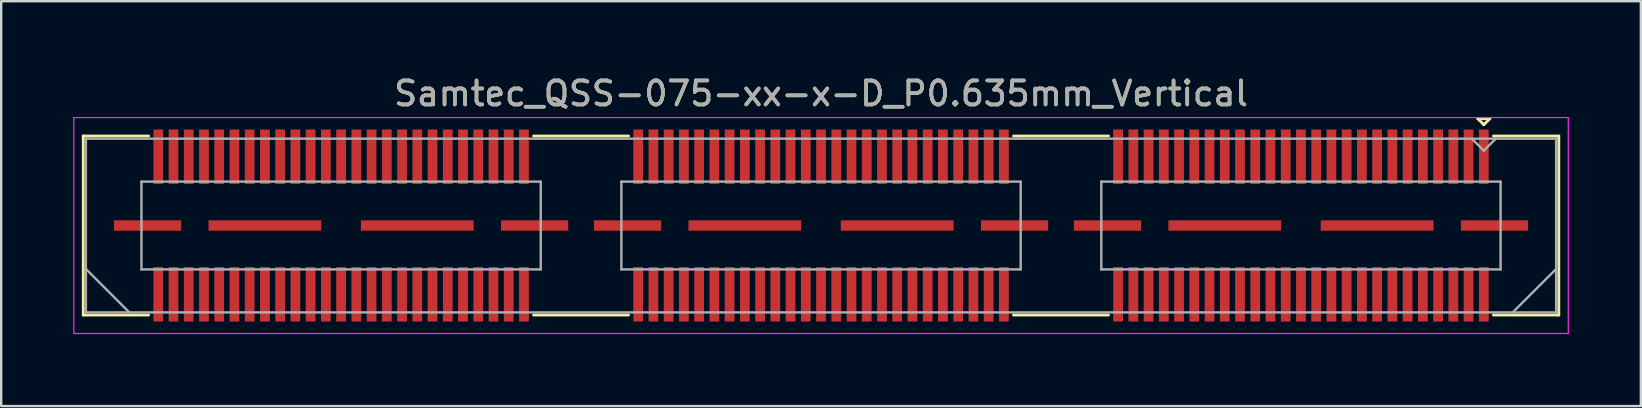
<source format=kicad_pcb>
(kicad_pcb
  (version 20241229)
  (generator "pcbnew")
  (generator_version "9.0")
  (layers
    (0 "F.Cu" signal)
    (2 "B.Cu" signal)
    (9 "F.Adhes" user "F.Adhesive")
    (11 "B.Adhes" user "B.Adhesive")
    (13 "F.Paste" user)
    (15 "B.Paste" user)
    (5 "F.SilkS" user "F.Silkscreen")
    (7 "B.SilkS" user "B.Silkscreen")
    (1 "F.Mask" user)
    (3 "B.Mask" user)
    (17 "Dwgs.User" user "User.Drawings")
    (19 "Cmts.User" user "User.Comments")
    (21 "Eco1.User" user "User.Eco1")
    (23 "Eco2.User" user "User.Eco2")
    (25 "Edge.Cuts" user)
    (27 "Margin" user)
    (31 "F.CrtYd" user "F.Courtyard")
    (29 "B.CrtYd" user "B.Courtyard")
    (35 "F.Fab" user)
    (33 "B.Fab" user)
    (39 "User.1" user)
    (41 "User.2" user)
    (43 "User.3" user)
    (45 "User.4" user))
  (footprint "Samtec_QSS-075-xx-x-D_P0.635mm_Vertical"
    (layer "F.Cu")
    (at 31.165 6.348)
    (property "Reference" "Samtec_QSS-075-xx-x-D_P0.635mm_Vertical" (at 0 -5.5 0) (layer "F.SilkS") (effects (font (size 1 1) (thickness 0.15))))
    (attr smd)
    (fp_line (start -30.745 -3.73) (end -28.023 -3.73) (stroke (width 0.12) (type solid)) (layer "F.SilkS"))
    (fp_line (start -30.745 3.73) (end -30.745 -3.73) (stroke (width 0.12) (type solid)) (layer "F.SilkS"))
    (fp_line (start -28.023 3.73) (end -30.745 3.73) (stroke (width 0.12) (type solid)) (layer "F.SilkS"))
    (fp_line (start -8.023 -3.73) (end -11.977 -3.73) (stroke (width 0.12) (type solid)) (layer "F.SilkS"))
    (fp_line (start -8.023 3.73) (end -11.977 3.73) (stroke (width 0.12) (type solid)) (layer "F.SilkS"))
    (fp_line (start 11.977 -3.73) (end 8.023 -3.73) (stroke (width 0.12) (type solid)) (layer "F.SilkS"))
    (fp_line (start 11.977 3.73) (end 8.023 3.73) (stroke (width 0.12) (type solid)) (layer "F.SilkS"))
    (fp_line (start 27.37 -4.452) (end 27.87 -4.452) (stroke (width 0.12) (type solid)) (layer "F.SilkS"))
    (fp_line (start 27.62 -4.202) (end 27.37 -4.452) (stroke (width 0.12) (type solid)) (layer "F.SilkS"))
    (fp_line (start 27.87 -4.452) (end 27.62 -4.202) (stroke (width 0.12) (type solid)) (layer "F.SilkS"))
    (fp_line (start 28.023 3.73) (end 30.745 3.73) (stroke (width 0.12) (type solid)) (layer "F.SilkS"))
    (fp_line (start 30.745 -3.73) (end 28.023 -3.73) (stroke (width 0.12) (type solid)) (layer "F.SilkS"))
    (fp_line (start 30.745 3.73) (end 30.745 -3.73) (stroke (width 0.12) (type solid)) (layer "F.SilkS"))
    (fp_line (start -31.14 -4.5) (end -31.14 4.5) (stroke (width 0.05) (type solid)) (layer "F.CrtYd"))
    (fp_line (start -31.14 4.5) (end 31.14 4.5) (stroke (width 0.05) (type solid)) (layer "F.CrtYd"))
    (fp_line (start 31.14 -4.5) (end -31.14 -4.5) (stroke (width 0.05) (type solid)) (layer "F.CrtYd"))
    (fp_line (start 31.14 4.5) (end 31.14 -4.5) (stroke (width 0.05) (type solid)) (layer "F.CrtYd"))
    (fp_line (start -30.635 -3.62) (end -30.635 3.62) (stroke (width 0.1) (type solid)) (layer "F.Fab"))
    (fp_line (start -30.635 1.81) (end -28.825 3.62) (stroke (width 0.1) (type solid)) (layer "F.Fab"))
    (fp_line (start -30.635 3.62) (end 30.635 3.62) (stroke (width 0.1) (type solid)) (layer "F.Fab"))
    (fp_line (start -28.32 -1.83) (end -28.32 1.83) (stroke (width 0.1) (type solid)) (layer "F.Fab"))
    (fp_line (start -28.32 1.83) (end -11.68 1.83) (stroke (width 0.1) (type solid)) (layer "F.Fab"))
    (fp_line (start -11.68 -1.83) (end -28.32 -1.83) (stroke (width 0.1) (type solid)) (layer "F.Fab"))
    (fp_line (start -11.68 1.83) (end -11.68 -1.83) (stroke (width 0.1) (type solid)) (layer "F.Fab"))
    (fp_line (start -8.32 -1.83) (end -8.32 1.83) (stroke (width 0.1) (type solid)) (layer "F.Fab"))
    (fp_line (start -8.32 1.83) (end 8.32 1.83) (stroke (width 0.1) (type solid)) (layer "F.Fab"))
    (fp_line (start 8.32 -1.83) (end -8.32 -1.83) (stroke (width 0.1) (type solid)) (layer "F.Fab"))
    (fp_line (start 8.32 1.83) (end 8.32 -1.83) (stroke (width 0.1) (type solid)) (layer "F.Fab"))
    (fp_line (start 11.68 -1.83) (end 11.68 1.83) (stroke (width 0.1) (type solid)) (layer "F.Fab"))
    (fp_line (start 11.68 1.83) (end 28.32 1.83) (stroke (width 0.1) (type solid)) (layer "F.Fab"))
    (fp_line (start 27.62 -3.12) (end 27.12 -3.62) (stroke (width 0.1) (type solid)) (layer "F.Fab"))
    (fp_line (start 28.12 -3.62) (end 27.62 -3.12) (stroke (width 0.1) (type solid)) (layer "F.Fab"))
    (fp_line (start 28.32 -1.83) (end 11.68 -1.83) (stroke (width 0.1) (type solid)) (layer "F.Fab"))
    (fp_line (start 28.32 1.83) (end 28.32 -1.83) (stroke (width 0.1) (type solid)) (layer "F.Fab"))
    (fp_line (start 30.635 -3.62) (end -30.635 -3.62) (stroke (width 0.1) (type solid)) (layer "F.Fab"))
    (fp_line (start 30.635 1.81) (end 28.825 3.62) (stroke (width 0.1) (type solid)) (layer "F.Fab"))
    (fp_line (start 30.635 3.62) (end 30.635 -3.62) (stroke (width 0.1) (type solid)) (layer "F.Fab"))
    (fp_text user "${REFERENCE}" (at 0 -5.5 0) (layer "F.Fab") (effects (font (size 1 1) (thickness 0.15))))
    (pad "1" smd rect (at 27.62 -2.865) (size 0.406 2.273) (layers "F.Cu" "F.Mask" "F.Paste"))
    (pad "2" smd rect (at 27.62 2.865) (size 0.406 2.273) (layers "F.Cu" "F.Mask" "F.Paste"))
    (pad "3" smd rect (at 26.985 -2.865) (size 0.406 2.273) (layers "F.Cu" "F.Mask" "F.Paste"))
    (pad "4" smd rect (at 26.985 2.865) (size 0.406 2.273) (layers "F.Cu" "F.Mask" "F.Paste"))
    (pad "5" smd rect (at 26.35 -2.865) (size 0.406 2.273) (layers "F.Cu" "F.Mask" "F.Paste"))
    (pad "6" smd rect (at 26.35 2.865) (size 0.406 2.273) (layers "F.Cu" "F.Mask" "F.Paste"))
    (pad "7" smd rect (at 25.715 -2.865) (size 0.406 2.273) (layers "F.Cu" "F.Mask" "F.Paste"))
    (pad "8" smd rect (at 25.715 2.865) (size 0.406 2.273) (layers "F.Cu" "F.Mask" "F.Paste"))
    (pad "9" smd rect (at 25.08 -2.865) (size 0.406 2.273) (layers "F.Cu" "F.Mask" "F.Paste"))
    (pad "10" smd rect (at 25.08 2.865) (size 0.406 2.273) (layers "F.Cu" "F.Mask" "F.Paste"))
    (pad "11" smd rect (at 24.445 -2.865) (size 0.406 2.273) (layers "F.Cu" "F.Mask" "F.Paste"))
    (pad "12" smd rect (at 24.445 2.865) (size 0.406 2.273) (layers "F.Cu" "F.Mask" "F.Paste"))
    (pad "13" smd rect (at 23.81 -2.865) (size 0.406 2.273) (layers "F.Cu" "F.Mask" "F.Paste"))
    (pad "14" smd rect (at 23.81 2.865) (size 0.406 2.273) (layers "F.Cu" "F.Mask" "F.Paste"))
    (pad "15" smd rect (at 23.175 -2.865) (size 0.406 2.273) (layers "F.Cu" "F.Mask" "F.Paste"))
    (pad "16" smd rect (at 23.175 2.865) (size 0.406 2.273) (layers "F.Cu" "F.Mask" "F.Paste"))
    (pad "17" smd rect (at 22.54 -2.865) (size 0.406 2.273) (layers "F.Cu" "F.Mask" "F.Paste"))
    (pad "18" smd rect (at 22.54 2.865) (size 0.406 2.273) (layers "F.Cu" "F.Mask" "F.Paste"))
    (pad "19" smd rect (at 21.905 -2.865) (size 0.406 2.273) (layers "F.Cu" "F.Mask" "F.Paste"))
    (pad "20" smd rect (at 21.905 2.865) (size 0.406 2.273) (layers "F.Cu" "F.Mask" "F.Paste"))
    (pad "21" smd rect (at 21.27 -2.865) (size 0.406 2.273) (layers "F.Cu" "F.Mask" "F.Paste"))
    (pad "22" smd rect (at 21.27 2.865) (size 0.406 2.273) (layers "F.Cu" "F.Mask" "F.Paste"))
    (pad "23" smd rect (at 20.635 -2.865) (size 0.406 2.273) (layers "F.Cu" "F.Mask" "F.Paste"))
    (pad "24" smd rect (at 20.635 2.865) (size 0.406 2.273) (layers "F.Cu" "F.Mask" "F.Paste"))
    (pad "25" smd rect (at 20 -2.865) (size 0.406 2.273) (layers "F.Cu" "F.Mask" "F.Paste"))
    (pad "26" smd rect (at 20 2.865) (size 0.406 2.273) (layers "F.Cu" "F.Mask" "F.Paste"))
    (pad "27" smd rect (at 19.365 -2.865) (size 0.406 2.273) (layers "F.Cu" "F.Mask" "F.Paste"))
    (pad "28" smd rect (at 19.365 2.865) (size 0.406 2.273) (layers "F.Cu" "F.Mask" "F.Paste"))
    (pad "29" smd rect (at 18.73 -2.865) (size 0.406 2.273) (layers "F.Cu" "F.Mask" "F.Paste"))
    (pad "30" smd rect (at 18.73 2.865) (size 0.406 2.273) (layers "F.Cu" "F.Mask" "F.Paste"))
    (pad "31" smd rect (at 18.095 -2.865) (size 0.406 2.273) (layers "F.Cu" "F.Mask" "F.Paste"))
    (pad "32" smd rect (at 18.095 2.865) (size 0.406 2.273) (layers "F.Cu" "F.Mask" "F.Paste"))
    (pad "33" smd rect (at 17.46 -2.865) (size 0.406 2.273) (layers "F.Cu" "F.Mask" "F.Paste"))
    (pad "34" smd rect (at 17.46 2.865) (size 0.406 2.273) (layers "F.Cu" "F.Mask" "F.Paste"))
    (pad "35" smd rect (at 16.825 -2.865) (size 0.406 2.273) (layers "F.Cu" "F.Mask" "F.Paste"))
    (pad "36" smd rect (at 16.825 2.865) (size 0.406 2.273) (layers "F.Cu" "F.Mask" "F.Paste"))
    (pad "37" smd rect (at 16.19 -2.865) (size 0.406 2.273) (layers "F.Cu" "F.Mask" "F.Paste"))
    (pad "38" smd rect (at 16.19 2.865) (size 0.406 2.273) (layers "F.Cu" "F.Mask" "F.Paste"))
    (pad "39" smd rect (at 15.555 -2.865) (size 0.406 2.273) (layers "F.Cu" "F.Mask" "F.Paste"))
    (pad "40" smd rect (at 15.555 2.865) (size 0.406 2.273) (layers "F.Cu" "F.Mask" "F.Paste"))
    (pad "41" smd rect (at 14.92 -2.865) (size 0.406 2.273) (layers "F.Cu" "F.Mask" "F.Paste"))
    (pad "42" smd rect (at 14.92 2.865) (size 0.406 2.273) (layers "F.Cu" "F.Mask" "F.Paste"))
    (pad "43" smd rect (at 14.285 -2.865) (size 0.406 2.273) (layers "F.Cu" "F.Mask" "F.Paste"))
    (pad "44" smd rect (at 14.285 2.865) (size 0.406 2.273) (layers "F.Cu" "F.Mask" "F.Paste"))
    (pad "45" smd rect (at 13.65 -2.865) (size 0.406 2.273) (layers "F.Cu" "F.Mask" "F.Paste"))
    (pad "46" smd rect (at 13.65 2.865) (size 0.406 2.273) (layers "F.Cu" "F.Mask" "F.Paste"))
    (pad "47" smd rect (at 13.015 -2.865) (size 0.406 2.273) (layers "F.Cu" "F.Mask" "F.Paste"))
    (pad "48" smd rect (at 13.015 2.865) (size 0.406 2.273) (layers "F.Cu" "F.Mask" "F.Paste"))
    (pad "49" smd rect (at 12.38 -2.865) (size 0.406 2.273) (layers "F.Cu" "F.Mask" "F.Paste"))
    (pad "50" smd rect (at 12.38 2.865) (size 0.406 2.273) (layers "F.Cu" "F.Mask" "F.Paste"))
    (pad "51" smd rect (at 7.62 -2.865) (size 0.406 2.273) (layers "F.Cu" "F.Mask" "F.Paste"))
    (pad "52" smd rect (at 7.62 2.865) (size 0.406 2.273) (layers "F.Cu" "F.Mask" "F.Paste"))
    (pad "53" smd rect (at 6.985 -2.865) (size 0.406 2.273) (layers "F.Cu" "F.Mask" "F.Paste"))
    (pad "54" smd rect (at 6.985 2.865) (size 0.406 2.273) (layers "F.Cu" "F.Mask" "F.Paste"))
    (pad "55" smd rect (at 6.35 -2.865) (size 0.406 2.273) (layers "F.Cu" "F.Mask" "F.Paste"))
    (pad "56" smd rect (at 6.35 2.865) (size 0.406 2.273) (layers "F.Cu" "F.Mask" "F.Paste"))
    (pad "57" smd rect (at 5.715 -2.865) (size 0.406 2.273) (layers "F.Cu" "F.Mask" "F.Paste"))
    (pad "58" smd rect (at 5.715 2.865) (size 0.406 2.273) (layers "F.Cu" "F.Mask" "F.Paste"))
    (pad "59" smd rect (at 5.08 -2.865) (size 0.406 2.273) (layers "F.Cu" "F.Mask" "F.Paste"))
    (pad "60" smd rect (at 5.08 2.865) (size 0.406 2.273) (layers "F.Cu" "F.Mask" "F.Paste"))
    (pad "61" smd rect (at 4.445 -2.865) (size 0.406 2.273) (layers "F.Cu" "F.Mask" "F.Paste"))
    (pad "62" smd rect (at 4.445 2.865) (size 0.406 2.273) (layers "F.Cu" "F.Mask" "F.Paste"))
    (pad "63" smd rect (at 3.81 -2.865) (size 0.406 2.273) (layers "F.Cu" "F.Mask" "F.Paste"))
    (pad "64" smd rect (at 3.81 2.865) (size 0.406 2.273) (layers "F.Cu" "F.Mask" "F.Paste"))
    (pad "65" smd rect (at 3.175 -2.865) (size 0.406 2.273) (layers "F.Cu" "F.Mask" "F.Paste"))
    (pad "66" smd rect (at 3.175 2.865) (size 0.406 2.273) (layers "F.Cu" "F.Mask" "F.Paste"))
    (pad "67" smd rect (at 2.54 -2.865) (size 0.406 2.273) (layers "F.Cu" "F.Mask" "F.Paste"))
    (pad "68" smd rect (at 2.54 2.865) (size 0.406 2.273) (layers "F.Cu" "F.Mask" "F.Paste"))
    (pad "69" smd rect (at 1.905 -2.865) (size 0.406 2.273) (layers "F.Cu" "F.Mask" "F.Paste"))
    (pad "70" smd rect (at 1.905 2.865) (size 0.406 2.273) (layers "F.Cu" "F.Mask" "F.Paste"))
    (pad "71" smd rect (at 1.27 -2.865) (size 0.406 2.273) (layers "F.Cu" "F.Mask" "F.Paste"))
    (pad "72" smd rect (at 1.27 2.865) (size 0.406 2.273) (layers "F.Cu" "F.Mask" "F.Paste"))
    (pad "73" smd rect (at 0.635 -2.865) (size 0.406 2.273) (layers "F.Cu" "F.Mask" "F.Paste"))
    (pad "74" smd rect (at 0.635 2.865) (size 0.406 2.273) (layers "F.Cu" "F.Mask" "F.Paste"))
    (pad "75" smd rect (at 0 -2.865) (size 0.406 2.273) (layers "F.Cu" "F.Mask" "F.Paste"))
    (pad "76" smd rect (at 0 2.865) (size 0.406 2.273) (layers "F.Cu" "F.Mask" "F.Paste"))
    (pad "77" smd rect (at -0.635 -2.865) (size 0.406 2.273) (layers "F.Cu" "F.Mask" "F.Paste"))
    (pad "78" smd rect (at -0.635 2.865) (size 0.406 2.273) (layers "F.Cu" "F.Mask" "F.Paste"))
    (pad "79" smd rect (at -1.27 -2.865) (size 0.406 2.273) (layers "F.Cu" "F.Mask" "F.Paste"))
    (pad "80" smd rect (at -1.27 2.865) (size 0.406 2.273) (layers "F.Cu" "F.Mask" "F.Paste"))
    (pad "81" smd rect (at -1.905 -2.865) (size 0.406 2.273) (layers "F.Cu" "F.Mask" "F.Paste"))
    (pad "82" smd rect (at -1.905 2.865) (size 0.406 2.273) (layers "F.Cu" "F.Mask" "F.Paste"))
    (pad "83" smd rect (at -2.54 -2.865) (size 0.406 2.273) (layers "F.Cu" "F.Mask" "F.Paste"))
    (pad "84" smd rect (at -2.54 2.865) (size 0.406 2.273) (layers "F.Cu" "F.Mask" "F.Paste"))
    (pad "85" smd rect (at -3.175 -2.865) (size 0.406 2.273) (layers "F.Cu" "F.Mask" "F.Paste"))
    (pad "86" smd rect (at -3.175 2.865) (size 0.406 2.273) (layers "F.Cu" "F.Mask" "F.Paste"))
    (pad "87" smd rect (at -3.81 -2.865) (size 0.406 2.273) (layers "F.Cu" "F.Mask" "F.Paste"))
    (pad "88" smd rect (at -3.81 2.865) (size 0.406 2.273) (layers "F.Cu" "F.Mask" "F.Paste"))
    (pad "89" smd rect (at -4.445 -2.865) (size 0.406 2.273) (layers "F.Cu" "F.Mask" "F.Paste"))
    (pad "90" smd rect (at -4.445 2.865) (size 0.406 2.273) (layers "F.Cu" "F.Mask" "F.Paste"))
    (pad "91" smd rect (at -5.08 -2.865) (size 0.406 2.273) (layers "F.Cu" "F.Mask" "F.Paste"))
    (pad "92" smd rect (at -5.08 2.865) (size 0.406 2.273) (layers "F.Cu" "F.Mask" "F.Paste"))
    (pad "93" smd rect (at -5.715 -2.865) (size 0.406 2.273) (layers "F.Cu" "F.Mask" "F.Paste"))
    (pad "94" smd rect (at -5.715 2.865) (size 0.406 2.273) (layers "F.Cu" "F.Mask" "F.Paste"))
    (pad "95" smd rect (at -6.35 -2.865) (size 0.406 2.273) (layers "F.Cu" "F.Mask" "F.Paste"))
    (pad "96" smd rect (at -6.35 2.865) (size 0.406 2.273) (layers "F.Cu" "F.Mask" "F.Paste"))
    (pad "97" smd rect (at -6.985 -2.865) (size 0.406 2.273) (layers "F.Cu" "F.Mask" "F.Paste"))
    (pad "98" smd rect (at -6.985 2.865) (size 0.406 2.273) (layers "F.Cu" "F.Mask" "F.Paste"))
    (pad "99" smd rect (at -7.62 -2.865) (size 0.406 2.273) (layers "F.Cu" "F.Mask" "F.Paste"))
    (pad "100" smd rect (at -7.62 2.865) (size 0.406 2.273) (layers "F.Cu" "F.Mask" "F.Paste"))
    (pad "101" smd rect (at -12.38 -2.865) (size 0.406 2.273) (layers "F.Cu" "F.Mask" "F.Paste"))
    (pad "102" smd rect (at -12.38 2.865) (size 0.406 2.273) (layers "F.Cu" "F.Mask" "F.Paste"))
    (pad "103" smd rect (at -13.015 -2.865) (size 0.406 2.273) (layers "F.Cu" "F.Mask" "F.Paste"))
    (pad "104" smd rect (at -13.015 2.865) (size 0.406 2.273) (layers "F.Cu" "F.Mask" "F.Paste"))
    (pad "105" smd rect (at -13.65 -2.865) (size 0.406 2.273) (layers "F.Cu" "F.Mask" "F.Paste"))
    (pad "106" smd rect (at -13.65 2.865) (size 0.406 2.273) (layers "F.Cu" "F.Mask" "F.Paste"))
    (pad "107" smd rect (at -14.285 -2.865) (size 0.406 2.273) (layers "F.Cu" "F.Mask" "F.Paste"))
    (pad "108" smd rect (at -14.285 2.865) (size 0.406 2.273) (layers "F.Cu" "F.Mask" "F.Paste"))
    (pad "109" smd rect (at -14.92 -2.865) (size 0.406 2.273) (layers "F.Cu" "F.Mask" "F.Paste"))
    (pad "110" smd rect (at -14.92 2.865) (size 0.406 2.273) (layers "F.Cu" "F.Mask" "F.Paste"))
    (pad "111" smd rect (at -15.555 -2.865) (size 0.406 2.273) (layers "F.Cu" "F.Mask" "F.Paste"))
    (pad "112" smd rect (at -15.555 2.865) (size 0.406 2.273) (layers "F.Cu" "F.Mask" "F.Paste"))
    (pad "113" smd rect (at -16.19 -2.865) (size 0.406 2.273) (layers "F.Cu" "F.Mask" "F.Paste"))
    (pad "114" smd rect (at -16.19 2.865) (size 0.406 2.273) (layers "F.Cu" "F.Mask" "F.Paste"))
    (pad "115" smd rect (at -16.825 -2.865) (size 0.406 2.273) (layers "F.Cu" "F.Mask" "F.Paste"))
    (pad "116" smd rect (at -16.825 2.865) (size 0.406 2.273) (layers "F.Cu" "F.Mask" "F.Paste"))
    (pad "117" smd rect (at -17.46 -2.865) (size 0.406 2.273) (layers "F.Cu" "F.Mask" "F.Paste"))
    (pad "118" smd rect (at -17.46 2.865) (size 0.406 2.273) (layers "F.Cu" "F.Mask" "F.Paste"))
    (pad "119" smd rect (at -18.095 -2.865) (size 0.406 2.273) (layers "F.Cu" "F.Mask" "F.Paste"))
    (pad "120" smd rect (at -18.095 2.865) (size 0.406 2.273) (layers "F.Cu" "F.Mask" "F.Paste"))
    (pad "121" smd rect (at -18.73 -2.865) (size 0.406 2.273) (layers "F.Cu" "F.Mask" "F.Paste"))
    (pad "122" smd rect (at -18.73 2.865) (size 0.406 2.273) (layers "F.Cu" "F.Mask" "F.Paste"))
    (pad "123" smd rect (at -19.365 -2.865) (size 0.406 2.273) (layers "F.Cu" "F.Mask" "F.Paste"))
    (pad "124" smd rect (at -19.365 2.865) (size 0.406 2.273) (layers "F.Cu" "F.Mask" "F.Paste"))
    (pad "125" smd rect (at -20 -2.865) (size 0.406 2.273) (layers "F.Cu" "F.Mask" "F.Paste"))
    (pad "126" smd rect (at -20 2.865) (size 0.406 2.273) (layers "F.Cu" "F.Mask" "F.Paste"))
    (pad "127" smd rect (at -20.635 -2.865) (size 0.406 2.273) (layers "F.Cu" "F.Mask" "F.Paste"))
    (pad "128" smd rect (at -20.635 2.865) (size 0.406 2.273) (layers "F.Cu" "F.Mask" "F.Paste"))
    (pad "129" smd rect (at -21.27 -2.865) (size 0.406 2.273) (layers "F.Cu" "F.Mask" "F.Paste"))
    (pad "130" smd rect (at -21.27 2.865) (size 0.406 2.273) (layers "F.Cu" "F.Mask" "F.Paste"))
    (pad "131" smd rect (at -21.905 -2.865) (size 0.406 2.273) (layers "F.Cu" "F.Mask" "F.Paste"))
    (pad "132" smd rect (at -21.905 2.865) (size 0.406 2.273) (layers "F.Cu" "F.Mask" "F.Paste"))
    (pad "133" smd rect (at -22.54 -2.865) (size 0.406 2.273) (layers "F.Cu" "F.Mask" "F.Paste"))
    (pad "134" smd rect (at -22.54 2.865) (size 0.406 2.273) (layers "F.Cu" "F.Mask" "F.Paste"))
    (pad "135" smd rect (at -23.175 -2.865) (size 0.406 2.273) (layers "F.Cu" "F.Mask" "F.Paste"))
    (pad "136" smd rect (at -23.175 2.865) (size 0.406 2.273) (layers "F.Cu" "F.Mask" "F.Paste"))
    (pad "137" smd rect (at -23.81 -2.865) (size 0.406 2.273) (layers "F.Cu" "F.Mask" "F.Paste"))
    (pad "138" smd rect (at -23.81 2.865) (size 0.406 2.273) (layers "F.Cu" "F.Mask" "F.Paste"))
    (pad "139" smd rect (at -24.445 -2.865) (size 0.406 2.273) (layers "F.Cu" "F.Mask" "F.Paste"))
    (pad "140" smd rect (at -24.445 2.865) (size 0.406 2.273) (layers "F.Cu" "F.Mask" "F.Paste"))
    (pad "141" smd rect (at -25.08 -2.865) (size 0.406 2.273) (layers "F.Cu" "F.Mask" "F.Paste"))
    (pad "142" smd rect (at -25.08 2.865) (size 0.406 2.273) (layers "F.Cu" "F.Mask" "F.Paste"))
    (pad "143" smd rect (at -25.715 -2.865) (size 0.406 2.273) (layers "F.Cu" "F.Mask" "F.Paste"))
    (pad "144" smd rect (at -25.715 2.865) (size 0.406 2.273) (layers "F.Cu" "F.Mask" "F.Paste"))
    (pad "145" smd rect (at -26.35 -2.865) (size 0.406 2.273) (layers "F.Cu" "F.Mask" "F.Paste"))
    (pad "146" smd rect (at -26.35 2.865) (size 0.406 2.273) (layers "F.Cu" "F.Mask" "F.Paste"))
    (pad "147" smd rect (at -26.985 -2.865) (size 0.406 2.273) (layers "F.Cu" "F.Mask" "F.Paste"))
    (pad "148" smd rect (at -26.985 2.865) (size 0.406 2.273) (layers "F.Cu" "F.Mask" "F.Paste"))
    (pad "149" smd rect (at -27.62 -2.865) (size 0.406 2.273) (layers "F.Cu" "F.Mask" "F.Paste"))
    (pad "150" smd rect (at -27.62 2.865) (size 0.406 2.273) (layers "F.Cu" "F.Mask" "F.Paste"))
    (pad "P1" smd rect (at 11.935 0) (size 2.8 0.432) (layers "F.Cu" "F.Mask" "F.Paste"))
    (pad "P1" smd rect (at 16.825 0) (size 4.7 0.432) (layers "F.Cu" "F.Mask" "F.Paste"))
    (pad "P1" smd rect (at 23.175 0) (size 4.7 0.432) (layers "F.Cu" "F.Mask" "F.Paste"))
    (pad "P1" smd rect (at 28.065 0) (size 2.8 0.432) (layers "F.Cu" "F.Mask" "F.Paste"))
    (pad "P2" smd rect (at -8.065 0) (size 2.8 0.432) (layers "F.Cu" "F.Mask" "F.Paste"))
    (pad "P2" smd rect (at -3.175 0) (size 4.7 0.432) (layers "F.Cu" "F.Mask" "F.Paste"))
    (pad "P2" smd rect (at 3.175 0) (size 4.7 0.432) (layers "F.Cu" "F.Mask" "F.Paste"))
    (pad "P2" smd rect (at 8.065 0) (size 2.8 0.432) (layers "F.Cu" "F.Mask" "F.Paste"))
    (pad "P3" smd rect (at -28.065 0) (size 2.8 0.432) (layers "F.Cu" "F.Mask" "F.Paste"))
    (pad "P3" smd rect (at -23.175 0) (size 4.7 0.432) (layers "F.Cu" "F.Mask" "F.Paste"))
    (pad "P3" smd rect (at -16.825 0) (size 4.7 0.432) (layers "F.Cu" "F.Mask" "F.Paste"))
    (pad "P3" smd rect (at -11.935 0) (size 2.8 0.432) (layers "F.Cu" "F.Mask" "F.Paste")))
  (gr_rect
    (start -3 -3)
    (end 65.33 13.873)
    (stroke (width 0.1) (type default))
    (fill no)
    (layer "Edge.Cuts")))
</source>
